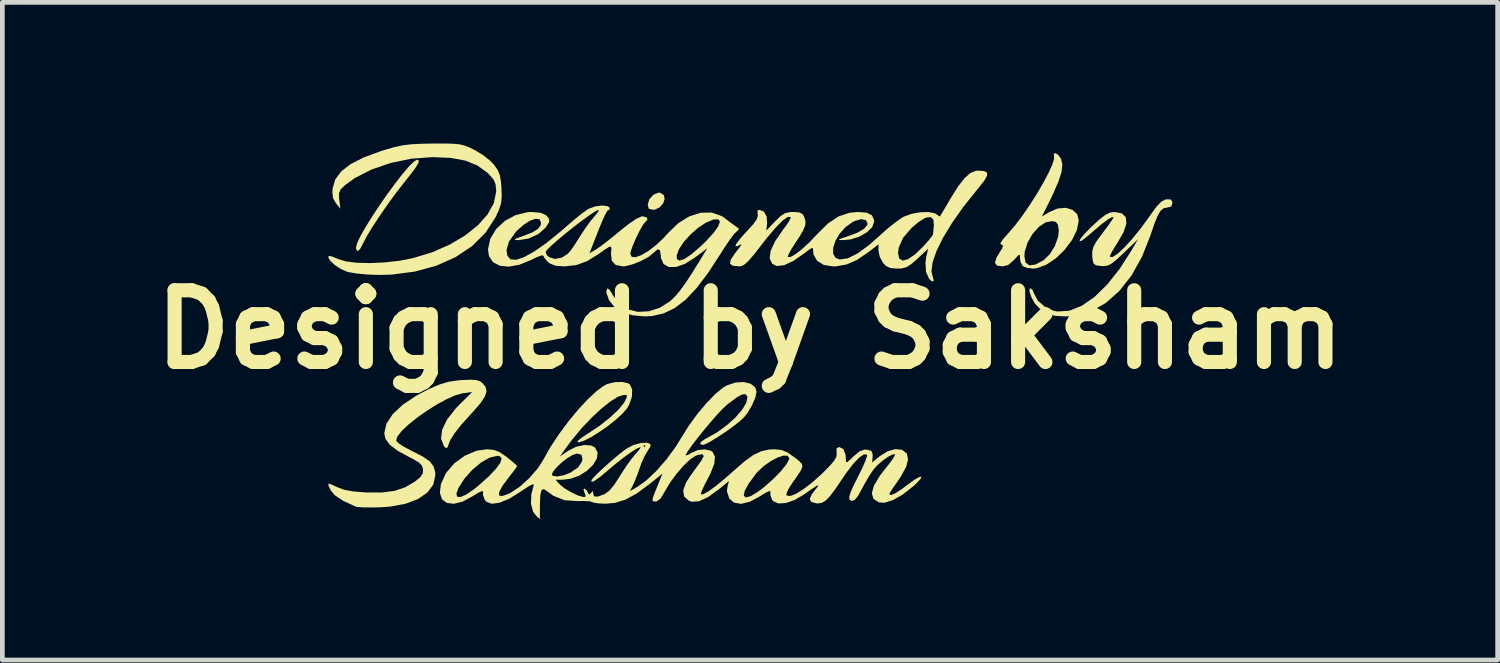
<source format=kicad_pcb>
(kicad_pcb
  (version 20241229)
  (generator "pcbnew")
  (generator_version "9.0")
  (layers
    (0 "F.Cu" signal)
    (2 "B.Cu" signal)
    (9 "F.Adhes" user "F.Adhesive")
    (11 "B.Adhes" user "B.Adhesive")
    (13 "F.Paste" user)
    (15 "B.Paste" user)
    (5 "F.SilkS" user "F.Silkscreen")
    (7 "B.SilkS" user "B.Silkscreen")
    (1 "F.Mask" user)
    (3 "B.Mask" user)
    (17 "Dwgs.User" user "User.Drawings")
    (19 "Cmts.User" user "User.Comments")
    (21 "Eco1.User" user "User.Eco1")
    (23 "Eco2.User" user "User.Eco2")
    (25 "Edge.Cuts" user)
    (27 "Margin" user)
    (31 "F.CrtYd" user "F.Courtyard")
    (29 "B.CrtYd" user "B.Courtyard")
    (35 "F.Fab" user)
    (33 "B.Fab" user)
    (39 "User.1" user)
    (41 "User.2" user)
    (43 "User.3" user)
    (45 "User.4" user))
  (footprint "Designed by Saksham"
    (layer "F.Cu")
    (at 12.889 3.953)
    (property "Reference" "Designed by Saksham" (at 0 0 0) (layer "F.SilkS") (effects (font (size 1.524 1.524) (thickness 0.3))))
    (attr board_only exclude_from_pos_files exclude_from_bom)
    (fp_poly (pts (xy -1.912 -2.907) (xy -1.833 -2.859) (xy -1.814 -2.776) (xy -1.846 -2.681) (xy -1.92 -2.597) (xy -2.023 -2.549) (xy -2.066 -2.545) (xy -2.151 -2.567) (xy -2.174 -2.651) (xy -2.174 -2.653) (xy -2.139 -2.771) (xy -2.052 -2.866) (xy -1.945 -2.909)) (stroke (width 0) (type solid)) (fill yes) (layer "F.SilkS"))
    (fp_poly (pts (xy -7.039 -3.594) (xy -7.046 -3.544) (xy -7.101 -3.449) (xy -7.21 -3.302) (xy -7.342 -3.136) (xy -7.52 -2.907) (xy -7.702 -2.658) (xy -7.876 -2.406) (xy -8.03 -2.171) (xy -8.151 -1.971) (xy -8.228 -1.823) (xy -8.231 -1.814) (xy -8.29 -1.706) (xy -8.34 -1.668) (xy -8.37 -1.704) (xy -8.373 -1.747) (xy -8.347 -1.843) (xy -8.274 -1.995) (xy -8.164 -2.187) (xy -8.027 -2.407) (xy -7.872 -2.642) (xy -7.708 -2.878) (xy -7.544 -3.101) (xy -7.39 -3.299) (xy -7.254 -3.459) (xy -7.147 -3.566) (xy -7.078 -3.609) (xy -7.075 -3.609)) (stroke (width 0) (type solid)) (fill yes) (layer "F.SilkS"))
    (fp_poly (pts (xy 6.554 -3.707) (xy 6.608 -3.631) (xy 6.609 -3.628) (xy 6.637 -3.508) (xy 6.621 -3.353) (xy 6.557 -3.151) (xy 6.444 -2.89) (xy 6.382 -2.761) (xy 6.202 -2.4) (xy 6.357 -2.495) (xy 6.536 -2.572) (xy 6.708 -2.587) (xy 6.853 -2.544) (xy 6.952 -2.451) (xy 6.986 -2.32) (xy 6.947 -2.116) (xy 6.842 -1.901) (xy 6.687 -1.695) (xy 6.5 -1.514) (xy 6.298 -1.378) (xy 6.098 -1.304) (xy 6.016 -1.295) (xy 5.889 -1.31) (xy 5.799 -1.345) (xy 5.792 -1.351) (xy 5.748 -1.439) (xy 5.737 -1.516) (xy 5.735 -1.558) (xy 5.83 -1.558) (xy 5.856 -1.423) (xy 5.935 -1.364) (xy 6.064 -1.38) (xy 6.236 -1.471) (xy 6.37 -1.6) (xy 6.481 -1.78) (xy 6.549 -1.974) (xy 6.561 -2.114) (xy 6.542 -2.232) (xy 6.498 -2.287) (xy 6.424 -2.304) (xy 6.282 -2.278) (xy 6.137 -2.181) (xy 6.004 -2.032) (xy 5.9 -1.852) (xy 5.839 -1.659) (xy 5.83 -1.558) (xy 5.735 -1.558) (xy 5.733 -1.582) (xy 5.712 -1.588) (xy 5.655 -1.528) (xy 5.617 -1.484) (xy 5.485 -1.371) (xy 5.365 -1.342) (xy 5.247 -1.359) (xy 5.205 -1.418) (xy 5.235 -1.524) (xy 5.294 -1.622) (xy 5.362 -1.733) (xy 5.378 -1.788) (xy 5.347 -1.804) (xy 5.338 -1.804) (xy 5.319 -1.831) (xy 5.37 -1.911) (xy 5.49 -2.047) (xy 5.635 -2.216) (xy 5.791 -2.423) (xy 5.948 -2.652) (xy 6.099 -2.89) (xy 6.235 -3.122) (xy 6.346 -3.332) (xy 6.425 -3.507) (xy 6.462 -3.632) (xy 6.46 -3.679) (xy 6.456 -3.739) (xy 6.495 -3.746)) (stroke (width 0) (type solid)) (fill yes) (layer "F.SilkS"))
    (fp_poly (pts (xy -6.304 -3.948) (xy -6.173 -3.936) (xy -6.069 -3.911) (xy -5.968 -3.872) (xy -5.855 -3.817) (xy -5.677 -3.71) (xy -5.517 -3.583) (xy -5.44 -3.502) (xy -5.361 -3.389) (xy -5.315 -3.274) (xy -5.291 -3.124) (xy -5.282 -3.003) (xy -5.277 -2.816) (xy -5.293 -2.675) (xy -5.338 -2.536) (xy -5.409 -2.384) (xy -5.621 -2.057) (xy -5.907 -1.773) (xy -6.259 -1.538) (xy -6.668 -1.356) (xy -7.125 -1.231) (xy -7.621 -1.167) (xy -7.888 -1.16) (xy -8.129 -1.169) (xy -8.354 -1.19) (xy -8.528 -1.219) (xy -8.568 -1.23) (xy -8.695 -1.286) (xy -8.817 -1.365) (xy -8.912 -1.451) (xy -8.961 -1.526) (xy -8.955 -1.563) (xy -8.904 -1.558) (xy -8.802 -1.52) (xy -8.757 -1.499) (xy -8.59 -1.448) (xy -8.355 -1.419) (xy -8.074 -1.412) (xy -7.768 -1.426) (xy -7.459 -1.46) (xy -7.17 -1.516) (xy -7.161 -1.518) (xy -6.752 -1.643) (xy -6.38 -1.806) (xy -6.055 -1.999) (xy -5.784 -2.215) (xy -5.578 -2.446) (xy -5.445 -2.685) (xy -5.395 -2.926) (xy -5.395 -2.957) (xy -5.408 -3.089) (xy -5.452 -3.19) (xy -5.546 -3.297) (xy -5.587 -3.336) (xy -5.795 -3.487) (xy -6.049 -3.59) (xy -6.363 -3.648) (xy -6.747 -3.664) (xy -6.754 -3.664) (xy -7.2 -3.63) (xy -7.636 -3.54) (xy -8.042 -3.401) (xy -8.397 -3.22) (xy -8.604 -3.071) (xy -8.699 -2.979) (xy -8.736 -2.895) (xy -8.732 -2.773) (xy -8.729 -2.756) (xy -8.705 -2.568) (xy -8.799 -2.683) (xy -8.861 -2.79) (xy -8.876 -2.922) (xy -8.87 -2.999) (xy -8.814 -3.19) (xy -8.688 -3.361) (xy -8.487 -3.516) (xy -8.206 -3.659) (xy -7.839 -3.794) (xy -7.749 -3.822) (xy -7.552 -3.878) (xy -7.379 -3.915) (xy -7.2 -3.937) (xy -6.984 -3.948) (xy -6.732 -3.952) (xy -6.483 -3.953)) (stroke (width 0) (type solid)) (fill yes) (layer "F.SilkS"))
    (fp_poly (pts (xy -5.815 1.074) (xy -5.735 1.101) (xy -5.69 1.135) (xy -5.619 1.22) (xy -5.599 1.313) (xy -5.635 1.425) (xy -5.731 1.568) (xy -5.893 1.755) (xy -5.964 1.832) (xy -6.138 2.025) (xy -6.276 2.201) (xy -6.365 2.34) (xy -6.387 2.39) (xy -6.426 2.496) (xy -6.456 2.525) (xy -6.495 2.49) (xy -6.507 2.474) (xy -6.566 2.318) (xy -6.543 2.13) (xy -6.44 1.915) (xy -6.257 1.681) (xy -6.157 1.577) (xy -5.903 1.327) (xy -6.099 1.353) (xy -6.256 1.395) (xy -6.446 1.479) (xy -6.656 1.593) (xy -6.871 1.728) (xy -7.076 1.873) (xy -7.258 2.019) (xy -7.402 2.155) (xy -7.494 2.272) (xy -7.52 2.358) (xy -7.518 2.367) (xy -7.465 2.42) (xy -7.35 2.494) (xy -7.197 2.575) (xy -7.174 2.587) (xy -6.954 2.699) (xy -6.809 2.8) (xy -6.727 2.905) (xy -6.691 3.027) (xy -6.688 3.102) (xy -6.731 3.297) (xy -6.857 3.465) (xy -7.057 3.602) (xy -7.323 3.703) (xy -7.649 3.763) (xy -7.865 3.778) (xy -8.064 3.781) (xy -8.232 3.779) (xy -8.345 3.771) (xy -8.374 3.765) (xy -8.643 3.643) (xy -8.825 3.521) (xy -8.907 3.421) (xy -8.958 3.317) (xy -8.961 3.275) (xy -8.905 3.288) (xy -8.78 3.347) (xy -8.629 3.404) (xy -8.438 3.44) (xy -8.181 3.461) (xy -8.154 3.462) (xy -7.821 3.463) (xy -7.553 3.428) (xy -7.328 3.353) (xy -7.124 3.233) (xy -7.12 3.23) (xy -7.004 3.134) (xy -6.953 3.052) (xy -6.949 2.97) (xy -6.972 2.893) (xy -7.036 2.826) (xy -7.158 2.753) (xy -7.249 2.707) (xy -7.495 2.572) (xy -7.659 2.446) (xy -7.749 2.32) (xy -7.773 2.201) (xy -7.727 2.002) (xy -7.594 1.799) (xy -7.379 1.597) (xy -7.087 1.402) (xy -6.829 1.267) (xy -6.6 1.168) (xy -6.402 1.109) (xy -6.193 1.079) (xy -6.125 1.074) (xy -5.936 1.066)) (stroke (width 0) (type solid)) (fill yes) (layer "F.SilkS"))
    (fp_poly (pts (xy 8.943 -2.764) (xy 8.974 -2.712) (xy 8.976 -2.686) (xy 8.95 -2.612) (xy 8.861 -2.591) (xy 8.789 -2.577) (xy 8.727 -2.527) (xy 8.666 -2.426) (xy 8.599 -2.263) (xy 8.517 -2.024) (xy 8.514 -2.013) (xy 8.331 -1.549) (xy 8.108 -1.149) (xy 7.848 -0.819) (xy 7.557 -0.562) (xy 7.24 -0.385) (xy 6.903 -0.292) (xy 6.709 -0.278) (xy 6.486 -0.291) (xy 6.324 -0.335) (xy 6.26 -0.368) (xy 6.141 -0.459) (xy 6.05 -0.557) (xy 6.045 -0.565) (xy 5.979 -0.69) (xy 5.942 -0.799) (xy 5.942 -0.868) (xy 5.96 -0.879) (xy 6.004 -0.84) (xy 6.031 -0.774) (xy 6.113 -0.619) (xy 6.259 -0.488) (xy 6.442 -0.402) (xy 6.536 -0.383) (xy 6.787 -0.4) (xy 7.049 -0.504) (xy 7.319 -0.691) (xy 7.591 -0.957) (xy 7.86 -1.297) (xy 8.097 -1.666) (xy 8.246 -1.92) (xy 7.941 -1.628) (xy 7.791 -1.488) (xy 7.686 -1.403) (xy 7.604 -1.36) (xy 7.524 -1.348) (xy 7.461 -1.35) (xy 7.35 -1.366) (xy 7.298 -1.405) (xy 7.278 -1.498) (xy 7.273 -1.556) (xy 7.273 -1.661) (xy 7.296 -1.754) (xy 7.355 -1.862) (xy 7.46 -2.008) (xy 7.493 -2.051) (xy 7.6 -2.194) (xy 7.681 -2.308) (xy 7.723 -2.375) (xy 7.726 -2.383) (xy 7.695 -2.39) (xy 7.609 -2.342) (xy 7.48 -2.246) (xy 7.319 -2.111) (xy 7.279 -2.075) (xy 7.127 -1.946) (xy 7.034 -1.882) (xy 7 -1.879) (xy 7.025 -1.932) (xy 7.11 -2.034) (xy 7.254 -2.181) (xy 7.276 -2.202) (xy 7.437 -2.349) (xy 7.556 -2.44) (xy 7.65 -2.485) (xy 7.738 -2.498) (xy 7.741 -2.498) (xy 7.9 -2.47) (xy 7.986 -2.387) (xy 7.999 -2.253) (xy 7.938 -2.069) (xy 7.814 -1.854) (xy 7.725 -1.713) (xy 7.665 -1.604) (xy 7.646 -1.547) (xy 7.648 -1.544) (xy 7.709 -1.543) (xy 7.812 -1.611) (xy 7.949 -1.737) (xy 8.109 -1.911) (xy 8.284 -2.125) (xy 8.464 -2.369) (xy 8.522 -2.452) (xy 8.645 -2.62) (xy 8.742 -2.719) (xy 8.827 -2.763) (xy 8.851 -2.767)) (stroke (width 0) (type solid)) (fill yes) (layer "F.SilkS"))
    (fp_poly (pts (xy 4.971 -3.368) (xy 5.036 -3.336) (xy 5.039 -3.272) (xy 4.979 -3.165) (xy 4.854 -3.005) (xy 4.812 -2.955) (xy 4.533 -2.606) (xy 4.297 -2.271) (xy 4.106 -1.958) (xy 3.966 -1.676) (xy 3.881 -1.434) (xy 3.855 -1.24) (xy 3.884 -1.115) (xy 3.905 -1.037) (xy 3.871 -1.02) (xy 3.806 -1.076) (xy 3.74 -1.226) (xy 3.728 -1.424) (xy 3.745 -1.541) (xy 3.785 -1.716) (xy 3.56 -1.506) (xy 3.427 -1.389) (xy 3.325 -1.325) (xy 3.223 -1.299) (xy 3.128 -1.295) (xy 2.981 -1.307) (xy 2.886 -1.354) (xy 2.826 -1.417) (xy 2.757 -1.545) (xy 2.74 -1.625) (xy 3.146 -1.625) (xy 3.171 -1.508) (xy 3.244 -1.465) (xy 3.357 -1.495) (xy 3.505 -1.596) (xy 3.684 -1.768) (xy 3.692 -1.777) (xy 3.795 -1.893) (xy 3.866 -1.983) (xy 3.889 -2.023) (xy 3.895 -2.09) (xy 3.906 -2.204) (xy 3.907 -2.213) (xy 3.896 -2.34) (xy 3.835 -2.393) (xy 3.727 -2.374) (xy 3.577 -2.282) (xy 3.431 -2.157) (xy 3.25 -1.946) (xy 3.159 -1.738) (xy 3.146 -1.625) (xy 2.74 -1.625) (xy 2.73 -1.674) (xy 2.73 -1.809) (xy 2.51 -1.641) (xy 2.27 -1.478) (xy 2.055 -1.383) (xy 1.837 -1.344) (xy 1.761 -1.342) (xy 1.567 -1.373) (xy 1.425 -1.461) (xy 1.35 -1.593) (xy 1.342 -1.661) (xy 1.338 -1.721) (xy 1.314 -1.733) (xy 1.251 -1.694) (xy 1.168 -1.63) (xy 0.927 -1.462) (xy 0.727 -1.368) (xy 0.571 -1.349) (xy 0.472 -1.397) (xy 0.417 -1.512) (xy 0.438 -1.672) (xy 0.535 -1.879) (xy 0.71 -2.134) (xy 0.752 -2.188) (xy 0.827 -2.296) (xy 0.863 -2.373) (xy 0.861 -2.393) (xy 0.799 -2.392) (xy 0.694 -2.316) (xy 0.548 -2.169) (xy 0.366 -1.955) (xy 0.236 -1.789) (xy 0.083 -1.593) (xy -0.03 -1.462) (xy -0.115 -1.384) (xy -0.182 -1.349) (xy -0.227 -1.342) (xy -0.365 -1.356) (xy -0.425 -1.399) (xy -0.411 -1.482) (xy -0.324 -1.614) (xy -0.296 -1.649) (xy -0.217 -1.753) (xy -0.181 -1.811) (xy -0.197 -1.81) (xy -0.198 -1.809) (xy -0.273 -1.77) (xy -0.309 -1.774) (xy -0.293 -1.819) (xy -0.225 -1.911) (xy -0.118 -2.035) (xy -0.074 -2.082) (xy 0.065 -2.234) (xy 0.142 -2.342) (xy 0.167 -2.419) (xy 0.162 -2.452) (xy 0.159 -2.528) (xy 0.199 -2.545) (xy 0.296 -2.504) (xy 0.355 -2.397) (xy 0.363 -2.255) (xy 0.345 -2.102) (xy 0.535 -2.3) (xy 0.655 -2.416) (xy 0.751 -2.475) (xy 0.858 -2.497) (xy 0.919 -2.498) (xy 1.048 -2.489) (xy 1.119 -2.452) (xy 1.156 -2.383) (xy 1.179 -2.299) (xy 1.174 -2.215) (xy 1.132 -2.112) (xy 1.048 -1.969) (xy 0.959 -1.836) (xy 0.873 -1.699) (xy 0.817 -1.594) (xy 0.802 -1.542) (xy 0.803 -1.541) (xy 0.862 -1.543) (xy 0.967 -1.602) (xy 1.104 -1.708) (xy 1.257 -1.848) (xy 1.411 -2.01) (xy 1.413 -2.013) (xy 1.65 -2.249) (xy 1.879 -2.403) (xy 2.115 -2.482) (xy 2.296 -2.498) (xy 2.481 -2.482) (xy 2.59 -2.428) (xy 2.635 -2.329) (xy 2.637 -2.288) (xy 2.595 -2.174) (xy 2.483 -2.065) (xy 2.323 -1.974) (xy 2.138 -1.915) (xy 1.979 -1.9) (xy 1.898 -1.904) (xy 1.888 -1.916) (xy 1.954 -1.941) (xy 2.054 -1.973) (xy 2.273 -2.054) (xy 2.423 -2.14) (xy 2.494 -2.225) (xy 2.498 -2.251) (xy 2.463 -2.325) (xy 2.369 -2.346) (xy 2.235 -2.311) (xy 2.184 -2.286) (xy 2.029 -2.176) (xy 1.904 -2.037) (xy 1.815 -1.885) (xy 1.767 -1.738) (xy 1.766 -1.612) (xy 1.818 -1.523) (xy 1.905 -1.489) (xy 2.077 -1.513) (xy 2.29 -1.619) (xy 2.544 -1.807) (xy 2.743 -1.985) (xy 2.911 -2.135) (xy 3.079 -2.27) (xy 3.221 -2.371) (xy 3.271 -2.4) (xy 3.433 -2.459) (xy 3.615 -2.492) (xy 3.787 -2.497) (xy 3.921 -2.472) (xy 3.969 -2.444) (xy 4.023 -2.406) (xy 4.039 -2.409) (xy 4.067 -2.455) (xy 4.131 -2.562) (xy 4.218 -2.71) (xy 4.256 -2.776) (xy 4.419 -3.037) (xy 4.56 -3.218) (xy 4.685 -3.328) (xy 4.804 -3.374) (xy 4.843 -3.377)) (stroke (width 0) (type solid)) (fill yes) (layer "F.SilkS"))
    (fp_poly (pts (xy -3.032 -2.623) (xy -2.984 -2.591) (xy -2.984 -2.548) (xy -2.998 -2.545) (xy -3.027 -2.527) (xy -3.066 -2.466) (xy -3.121 -2.351) (xy -3.196 -2.172) (xy -3.297 -1.916) (xy -3.3 -1.909) (xy -3.412 -1.621) (xy -3.275 -1.701) (xy -3.181 -1.765) (xy -3.04 -1.872) (xy -2.873 -2.005) (xy -2.767 -2.094) (xy -2.568 -2.251) (xy -2.41 -2.357) (xy -2.302 -2.404) (xy -2.285 -2.406) (xy -2.195 -2.385) (xy -2.179 -2.334) (xy -2.225 -2.287) (xy -2.274 -2.227) (xy -2.342 -2.108) (xy -2.416 -1.958) (xy -2.483 -1.805) (xy -2.53 -1.676) (xy -2.545 -1.608) (xy -2.514 -1.544) (xy -2.431 -1.538) (xy -2.308 -1.582) (xy -2.159 -1.67) (xy -1.997 -1.795) (xy -1.834 -1.948) (xy -1.744 -2.048) (xy -1.527 -2.259) (xy -1.29 -2.405) (xy -1.047 -2.482) (xy -0.814 -2.486) (xy -0.605 -2.413) (xy -0.543 -2.371) (xy -0.422 -2.279) (xy -0.317 -2.203) (xy -0.294 -2.188) (xy -0.235 -2.14) (xy -0.255 -2.104) (xy -0.287 -2.082) (xy -0.343 -2.024) (xy -0.432 -1.905) (xy -0.541 -1.744) (xy -0.628 -1.607) (xy -0.892 -1.202) (xy -1.137 -0.879) (xy -1.371 -0.632) (xy -1.601 -0.456) (xy -1.835 -0.343) (xy -2.081 -0.287) (xy -2.24 -0.279) (xy -2.499 -0.303) (xy -2.715 -0.368) (xy -2.878 -0.476) (xy -2.997 -0.623) (xy -3.052 -0.781) (xy -3.054 -0.807) (xy -3.037 -0.872) (xy -2.994 -0.857) (xy -2.934 -0.767) (xy -2.915 -0.728) (xy -2.785 -0.547) (xy -2.604 -0.43) (xy -2.388 -0.376) (xy -2.155 -0.387) (xy -1.92 -0.461) (xy -1.7 -0.6) (xy -1.578 -0.718) (xy -1.476 -0.843) (xy -1.365 -0.997) (xy -1.234 -1.196) (xy -1.072 -1.457) (xy -1.018 -1.546) (xy -0.908 -1.728) (xy -1.176 -1.526) (xy -1.385 -1.395) (xy -1.571 -1.33) (xy -1.725 -1.329) (xy -1.836 -1.391) (xy -1.892 -1.515) (xy -1.896 -1.571) (xy -1.56 -1.571) (xy -1.554 -1.498) (xy -1.5 -1.464) (xy -1.395 -1.499) (xy -1.245 -1.6) (xy -1.056 -1.761) (xy -0.937 -1.877) (xy -0.775 -2.053) (xy -0.675 -2.193) (xy -0.64 -2.292) (xy -0.672 -2.342) (xy -0.772 -2.339) (xy -0.775 -2.339) (xy -0.937 -2.272) (xy -1.107 -2.159) (xy -1.269 -2.016) (xy -1.409 -1.86) (xy -1.511 -1.706) (xy -1.56 -1.571) (xy -1.896 -1.571) (xy -1.897 -1.579) (xy -1.914 -1.685) (xy -1.962 -1.705) (xy -2.039 -1.639) (xy -2.147 -1.55) (xy -2.309 -1.461) (xy -2.489 -1.387) (xy -2.65 -1.346) (xy -2.699 -1.342) (xy -2.853 -1.371) (xy -2.937 -1.46) (xy -2.955 -1.612) (xy -2.953 -1.639) (xy -2.945 -1.724) (xy -2.956 -1.763) (xy -3.001 -1.753) (xy -3.095 -1.693) (xy -3.215 -1.606) (xy -3.462 -1.453) (xy -3.694 -1.369) (xy -3.942 -1.342) (xy -3.953 -1.342) (xy -4.131 -1.355) (xy -4.251 -1.402) (xy -4.294 -1.436) (xy -4.367 -1.516) (xy -4.395 -1.572) (xy -4.432 -1.575) (xy -4.528 -1.539) (xy -4.654 -1.478) (xy -4.903 -1.376) (xy -5.128 -1.336) (xy -5.318 -1.356) (xy -5.463 -1.432) (xy -5.549 -1.563) (xy -5.569 -1.704) (xy -5.519 -1.93) (xy -5.394 -2.137) (xy -5.209 -2.309) (xy -4.981 -2.432) (xy -4.726 -2.494) (xy -4.641 -2.498) (xy -4.448 -2.481) (xy -4.333 -2.429) (xy -4.329 -2.426) (xy -4.27 -2.353) (xy -4.268 -2.285) (xy -4.327 -2.191) (xy -4.353 -2.156) (xy -4.506 -2.025) (xy -4.708 -1.933) (xy -4.917 -1.9) (xy -4.921 -1.9) (xy -4.994 -1.905) (xy -4.998 -1.919) (xy -4.928 -1.95) (xy -4.825 -1.986) (xy -4.625 -2.064) (xy -4.504 -2.14) (xy -4.448 -2.222) (xy -4.442 -2.273) (xy -4.472 -2.342) (xy -4.554 -2.354) (xy -4.672 -2.314) (xy -4.809 -2.228) (xy -4.95 -2.103) (xy -4.989 -2.06) (xy -5.125 -1.867) (xy -5.174 -1.691) (xy -5.158 -1.571) (xy -5.093 -1.492) (xy -4.972 -1.482) (xy -4.8 -1.539) (xy -4.598 -1.652) (xy -4.344 -1.652) (xy -4.325 -1.591) (xy -4.274 -1.54) (xy -4.148 -1.5) (xy -3.999 -1.529) (xy -3.873 -1.609) (xy -3.807 -1.686) (xy -3.716 -1.816) (xy -3.623 -1.964) (xy -3.514 -2.133) (xy -3.399 -2.293) (xy -3.315 -2.394) (xy -3.24 -2.483) (xy -3.211 -2.536) (xy -3.218 -2.543) (xy -3.283 -2.514) (xy -3.402 -2.437) (xy -3.557 -2.325) (xy -3.733 -2.191) (xy -3.913 -2.048) (xy -4.08 -1.908) (xy -4.219 -1.786) (xy -4.313 -1.694) (xy -4.344 -1.652) (xy -4.598 -1.652) (xy -4.58 -1.662) (xy -4.316 -1.847) (xy -4.013 -2.094) (xy -3.873 -2.217) (xy -3.715 -2.352) (xy -3.567 -2.47) (xy -3.453 -2.551) (xy -3.424 -2.568) (xy -3.288 -2.617) (xy -3.146 -2.635)) (stroke (width 0) (type solid)) (fill yes) (layer "F.SilkS"))
    (fp_poly (pts (xy -2.591 1.142) (xy -2.554 1.166) (xy -2.504 1.275) (xy -2.51 1.428) (xy -2.568 1.596) (xy -2.614 1.676) (xy -2.714 1.791) (xy -2.859 1.923) (xy -3.033 2.06) (xy -3.217 2.187) (xy -3.392 2.295) (xy -3.541 2.368) (xy -3.645 2.397) (xy -3.667 2.394) (xy -3.657 2.364) (xy -3.582 2.301) (xy -3.458 2.219) (xy -3.441 2.208) (xy -3.2 2.048) (xy -2.981 1.875) (xy -2.801 1.707) (xy -2.679 1.559) (xy -2.658 1.521) (xy -2.615 1.43) (xy -2.622 1.394) (xy -2.674 1.388) (xy -2.798 1.424) (xy -2.962 1.524) (xy -3.155 1.677) (xy -3.364 1.871) (xy -3.576 2.095) (xy -3.779 2.339) (xy -3.883 2.477) (xy -4.041 2.698) (xy -3.86 2.575) (xy -3.695 2.492) (xy -3.524 2.454) (xy -3.375 2.464) (xy -3.294 2.508) (xy -3.238 2.618) (xy -3.257 2.746) (xy -3.337 2.878) (xy -3.465 3.002) (xy -3.628 3.104) (xy -3.813 3.171) (xy -3.974 3.191) (xy -4.132 3.192) (xy -4.044 3.291) (xy -3.946 3.372) (xy -3.805 3.456) (xy -3.658 3.526) (xy -3.541 3.56) (xy -3.526 3.561) (xy -3.49 3.543) (xy -3.515 3.472) (xy -3.516 3.47) (xy -3.539 3.398) (xy -3.523 3.377) (xy -3.472 3.415) (xy -3.449 3.457) (xy -3.418 3.51) (xy -3.381 3.477) (xy -3.376 3.469) (xy -3.342 3.43) (xy -3.332 3.476) (xy -3.332 3.487) (xy -3.315 3.545) (xy -3.25 3.551) (xy -3.204 3.541) (xy -3.088 3.497) (xy -2.985 3.42) (xy -2.88 3.292) (xy -2.755 3.097) (xy -2.744 3.079) (xy -2.635 2.91) (xy -2.52 2.75) (xy -2.436 2.649) (xy -2.359 2.56) (xy -2.325 2.506) (xy -2.328 2.498) (xy -2.402 2.527) (xy -2.529 2.607) (xy -2.691 2.724) (xy -2.874 2.869) (xy -3.004 2.979) (xy -3.183 3.129) (xy -3.305 3.216) (xy -3.368 3.239) (xy -3.37 3.199) (xy -3.325 3.143) (xy -3.227 3.045) (xy -3.094 2.921) (xy -2.945 2.789) (xy -2.797 2.664) (xy -2.67 2.564) (xy -2.619 2.528) (xy -2.517 2.475) (xy -2.267 2.475) (xy -2.244 2.498) (xy -2.221 2.475) (xy -2.244 2.452) (xy -2.267 2.475) (xy -2.517 2.475) (xy -2.475 2.454) (xy -2.321 2.411) (xy -2.188 2.406) (xy -2.114 2.435) (xy -2.119 2.488) (xy -2.171 2.573) (xy -2.173 2.577) (xy -2.239 2.686) (xy -2.308 2.841) (xy -2.34 2.929) (xy -2.398 3.094) (xy -2.459 3.244) (xy -2.485 3.301) (xy -2.552 3.433) (xy -2.399 3.347) (xy -2.205 3.208) (xy -1.991 3.006) (xy -1.776 2.76) (xy -1.579 2.491) (xy -1.457 2.294) (xy -1.3 2.042) (xy -1.118 1.793) (xy -0.926 1.564) (xy -0.739 1.371) (xy -0.572 1.233) (xy -0.491 1.186) (xy -0.307 1.126) (xy -0.132 1.116) (xy 0.014 1.152) (xy 0.111 1.23) (xy 0.139 1.323) (xy 0.112 1.45) (xy 0.042 1.611) (xy -0.053 1.771) (xy -0.13 1.868) (xy -0.226 1.956) (xy -0.366 2.065) (xy -0.53 2.182) (xy -0.697 2.292) (xy -0.847 2.383) (xy -0.958 2.44) (xy -1.001 2.452) (xy -1.06 2.434) (xy -1.043 2.388) (xy -0.956 2.326) (xy -0.914 2.305) (xy -0.696 2.182) (xy -0.491 2.032) (xy -0.312 1.871) (xy -0.171 1.709) (xy -0.081 1.562) (xy -0.055 1.443) (xy -0.061 1.415) (xy -0.1 1.372) (xy -0.17 1.38) (xy -0.283 1.443) (xy -0.448 1.566) (xy -0.501 1.608) (xy -0.588 1.69) (xy -0.706 1.817) (xy -0.841 1.972) (xy -0.983 2.141) (xy -1.118 2.31) (xy -1.235 2.462) (xy -1.321 2.584) (xy -1.365 2.659) (xy -1.366 2.675) (xy -1.32 2.665) (xy -1.242 2.619) (xy -1.112 2.563) (xy -0.963 2.547) (xy -0.837 2.573) (xy -0.796 2.6) (xy -0.746 2.702) (xy -0.76 2.851) (xy -0.838 3.054) (xy -0.904 3.182) (xy -0.981 3.33) (xy -1.031 3.444) (xy -1.045 3.503) (xy -1.044 3.505) (xy -0.989 3.498) (xy -0.878 3.435) (xy -0.723 3.322) (xy -0.535 3.168) (xy -0.329 2.986) (xy -0.107 2.793) (xy 0.077 2.663) (xy 0.244 2.585) (xy 0.411 2.55) (xy 0.523 2.545) (xy 0.667 2.559) (xy 0.796 2.612) (xy 0.94 2.712) (xy 1.042 2.792) (xy 1.101 2.854) (xy 1.113 2.916) (xy 1.078 3) (xy 0.994 3.126) (xy 0.9 3.258) (xy 0.811 3.398) (xy 0.773 3.495) (xy 0.779 3.527) (xy 0.852 3.539) (xy 0.976 3.491) (xy 1.137 3.391) (xy 1.322 3.25) (xy 1.52 3.073) (xy 1.541 3.052) (xy 1.693 2.899) (xy 1.787 2.79) (xy 1.833 2.71) (xy 1.843 2.642) (xy 1.84 2.618) (xy 1.838 2.528) (xy 1.886 2.499) (xy 1.898 2.498) (xy 1.985 2.54) (xy 2.03 2.66) (xy 2.036 2.752) (xy 2.04 2.811) (xy 2.065 2.818) (xy 2.126 2.768) (xy 2.196 2.699) (xy 2.322 2.592) (xy 2.429 2.552) (xy 2.485 2.553) (xy 2.578 2.579) (xy 2.606 2.646) (xy 2.605 2.696) (xy 2.596 2.825) (xy 2.766 2.685) (xy 2.928 2.585) (xy 3.09 2.541) (xy 3.23 2.556) (xy 3.326 2.629) (xy 3.333 2.64) (xy 3.358 2.762) (xy 3.317 2.92) (xy 3.207 3.121) (xy 3.124 3.244) (xy 3.037 3.367) (xy 2.978 3.459) (xy 2.961 3.493) (xy 2.993 3.519) (xy 3.086 3.482) (xy 3.233 3.385) (xy 3.342 3.303) (xy 3.496 3.191) (xy 3.599 3.133) (xy 3.643 3.128) (xy 3.624 3.175) (xy 3.534 3.271) (xy 3.468 3.332) (xy 3.24 3.51) (xy 3.03 3.628) (xy 2.851 3.682) (xy 2.736 3.673) (xy 2.622 3.596) (xy 2.588 3.476) (xy 2.635 3.312) (xy 2.762 3.102) (xy 2.873 2.96) (xy 2.98 2.825) (xy 3.055 2.718) (xy 3.085 2.658) (xy 3.084 2.652) (xy 3.028 2.655) (xy 2.929 2.707) (xy 2.812 2.791) (xy 2.698 2.892) (xy 2.626 2.973) (xy 2.538 3.103) (xy 2.44 3.269) (xy 2.39 3.363) (xy 2.296 3.533) (xy 2.223 3.624) (xy 2.161 3.643) (xy 2.116 3.615) (xy 2.107 3.562) (xy 2.138 3.455) (xy 2.214 3.286) (xy 2.294 3.128) (xy 2.384 2.946) (xy 2.45 2.795) (xy 2.486 2.692) (xy 2.488 2.658) (xy 2.422 2.652) (xy 2.32 2.721) (xy 2.19 2.858) (xy 2.039 3.056) (xy 1.967 3.163) (xy 1.816 3.385) (xy 1.7 3.539) (xy 1.607 3.635) (xy 1.525 3.683) (xy 1.443 3.696) (xy 1.407 3.693) (xy 1.298 3.662) (xy 1.268 3.599) (xy 1.316 3.496) (xy 1.374 3.42) (xy 1.437 3.342) (xy 1.451 3.309) (xy 1.411 3.324) (xy 1.311 3.39) (xy 1.143 3.508) (xy 0.947 3.623) (xy 0.762 3.687) (xy 0.605 3.696) (xy 0.493 3.649) (xy 0.464 3.611) (xy 0.431 3.507) (xy 0.435 3.443) (xy 0.414 3.432) (xy 0.335 3.467) (xy 0.219 3.539) (xy -0.000481 3.658) (xy -0.191 3.705) (xy -0.343 3.678) (xy -0.441 3.591) (xy -0.46 3.53) (xy -0.133 3.53) (xy -0.09 3.569) (xy 0.013 3.542) (xy 0.173 3.445) (xy 0.319 3.332) (xy 0.507 3.164) (xy 0.664 3.002) (xy 0.775 2.862) (xy 0.83 2.758) (xy 0.833 2.737) (xy 0.8 2.683) (xy 0.713 2.679) (xy 0.589 2.719) (xy 0.445 2.794) (xy 0.299 2.896) (xy 0.167 3.017) (xy 0.126 3.064) (xy -0.028 3.274) (xy -0.114 3.43) (xy -0.133 3.53) (xy -0.46 3.53) (xy -0.491 3.437) (xy -0.481 3.35) (xy -0.448 3.22) (xy -0.656 3.39) (xy -0.889 3.559) (xy -1.082 3.649) (xy -1.238 3.66) (xy -1.298 3.639) (xy -1.4 3.549) (xy -1.421 3.421) (xy -1.359 3.251) (xy -1.275 3.12) (xy -1.172 2.977) (xy -1.08 2.849) (xy -1.035 2.786) (xy -0.984 2.69) (xy -1.008 2.649) (xy -1.103 2.663) (xy -1.158 2.684) (xy -1.275 2.761) (xy -1.417 2.898) (xy -1.566 3.072) (xy -1.705 3.261) (xy -1.813 3.444) (xy -1.82 3.458) (xy -1.903 3.593) (xy -1.984 3.653) (xy -1.999 3.655) (xy -2.05 3.653) (xy -2.073 3.634) (xy -2.066 3.58) (xy -2.027 3.473) (xy -1.971 3.334) (xy -1.861 3.062) (xy -2.14 3.287) (xy -2.409 3.485) (xy -2.646 3.614) (xy -2.87 3.684) (xy -3.068 3.701) (xy -3.213 3.695) (xy -3.319 3.68) (xy -3.35 3.667) (xy -3.412 3.65) (xy -3.536 3.644) (xy -3.653 3.647) (xy -3.938 3.628) (xy -4.181 3.532) (xy -4.315 3.434) (xy -4.385 3.39) (xy -4.43 3.411) (xy -4.455 3.505) (xy -4.464 3.681) (xy -4.465 3.728) (xy -4.465 4.024) (xy -4.496 4.003) (xy -4.516 3.99) (xy -4.61 3.875) (xy -4.655 3.702) (xy -4.647 3.496) (xy -4.596 3.304) (xy -4.612 3.286) (xy -4.693 3.324) (xy -4.835 3.416) (xy -4.876 3.445) (xy -5.114 3.594) (xy -5.321 3.68) (xy -5.488 3.703) (xy -5.605 3.659) (xy -5.643 3.611) (xy -5.676 3.507) (xy -5.672 3.443) (xy -5.693 3.432) (xy -5.772 3.467) (xy -5.888 3.539) (xy -6.104 3.655) (xy -6.292 3.703) (xy -6.443 3.685) (xy -6.546 3.607) (xy -6.585 3.488) (xy -6.24 3.488) (xy -6.224 3.554) (xy -6.152 3.56) (xy -6.03 3.506) (xy -5.866 3.394) (xy -5.795 3.337) (xy -5.57 3.138) (xy -5.406 2.969) (xy -5.308 2.835) (xy -5.278 2.74) (xy -5.319 2.69) (xy -5.369 2.683) (xy -5.532 2.722) (xy -5.716 2.827) (xy -5.903 2.982) (xy -6.071 3.171) (xy -6.194 3.363) (xy -6.24 3.488) (xy -6.585 3.488) (xy -6.591 3.47) (xy -6.57 3.286) (xy -6.462 3.051) (xy -6.284 2.843) (xy -6.058 2.679) (xy -5.805 2.574) (xy -5.591 2.545) (xy -5.446 2.557) (xy -5.32 2.606) (xy -5.173 2.707) (xy -5.166 2.713) (xy -5.051 2.806) (xy -4.973 2.875) (xy -4.95 2.902) (xy -4.977 2.946) (xy -5.046 3.038) (xy -5.106 3.115) (xy -5.252 3.309) (xy -5.328 3.445) (xy -5.336 3.523) (xy -5.276 3.541) (xy -5.146 3.497) (xy -5.086 3.468) (xy -4.888 3.337) (xy -4.684 3.151) (xy -4.629 3.086) (xy -4.212 3.086) (xy -4.201 3.106) (xy -4.101 3.123) (xy -3.954 3.096) (xy -3.817 3.041) (xy -3.651 2.929) (xy -3.57 2.8) (xy -3.562 2.746) (xy -3.583 2.663) (xy -3.662 2.638) (xy -3.68 2.637) (xy -3.768 2.664) (xy -3.881 2.732) (xy -4.001 2.825) (xy -4.108 2.926) (xy -4.185 3.019) (xy -4.212 3.086) (xy -4.629 3.086) (xy -4.504 2.942) (xy -4.387 2.757) (xy -4.243 2.499) (xy -4.064 2.229) (xy -3.864 1.959) (xy -3.655 1.706) (xy -3.45 1.484) (xy -3.259 1.306) (xy -3.096 1.188) (xy -3.033 1.158) (xy -2.875 1.119) (xy -2.716 1.114)) (stroke (width 0) (type solid)) (fill yes) (layer "F.SilkS")))
  (gr_rect
    (start -3 -3)
    (end 28.777 10.977)
    (stroke (width 0.1) (type default))
    (fill no)
    (layer "Edge.Cuts")))
</source>
